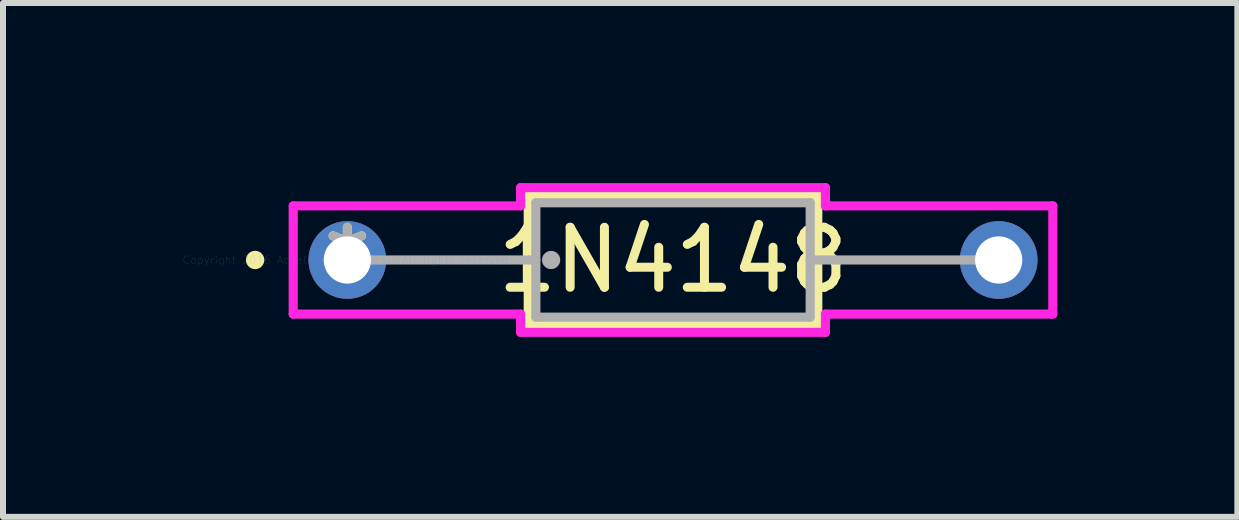
<source format=kicad_pcb>
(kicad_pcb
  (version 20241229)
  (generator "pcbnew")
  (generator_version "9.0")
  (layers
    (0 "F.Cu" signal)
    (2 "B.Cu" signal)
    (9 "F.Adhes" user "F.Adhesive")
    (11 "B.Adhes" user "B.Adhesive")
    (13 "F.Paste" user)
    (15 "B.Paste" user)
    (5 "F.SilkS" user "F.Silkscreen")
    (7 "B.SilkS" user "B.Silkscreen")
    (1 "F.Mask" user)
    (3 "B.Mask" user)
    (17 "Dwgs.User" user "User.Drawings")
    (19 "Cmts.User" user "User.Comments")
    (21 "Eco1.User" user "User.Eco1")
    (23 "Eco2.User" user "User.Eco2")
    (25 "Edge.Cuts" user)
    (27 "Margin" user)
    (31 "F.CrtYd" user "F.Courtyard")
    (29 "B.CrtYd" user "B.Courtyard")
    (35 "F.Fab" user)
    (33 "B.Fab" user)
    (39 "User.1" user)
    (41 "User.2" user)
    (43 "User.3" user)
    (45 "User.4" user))
  (footprint "1N4148"
    (layer "F.Cu")
    (at 2.739 1.283)
    (property "Reference" "1N4148" (at 5.428 0 0) (layer "F.SilkS") (effects (font (size 1 1) (thickness 0.15))))
    (attr through_hole)
    (fp_line (start 3.015 -1.079) (end 3.015 1.079) (stroke (width 0.152) (type solid)) (layer "F.SilkS"))
    (fp_line (start 3.015 1.079) (end 7.841 1.079) (stroke (width 0.152) (type solid)) (layer "F.SilkS"))
    (fp_line (start 7.841 -1.079) (end 3.015 -1.079) (stroke (width 0.152) (type solid)) (layer "F.SilkS"))
    (fp_line (start 7.841 1.079) (end 7.841 -1.079) (stroke (width 0.152) (type solid)) (layer "F.SilkS"))
    (fp_circle (center -1.537 0) (end -1.46 0) (stroke (width 0.152) (type solid)) (fill no) (layer "F.SilkS"))
    (fp_line (start -0.902 -0.902) (end 2.888 -0.902) (stroke (width 0.152) (type solid)) (layer "F.CrtYd"))
    (fp_line (start -0.902 0.902) (end -0.902 -0.902) (stroke (width 0.152) (type solid)) (layer "F.CrtYd"))
    (fp_line (start 2.888 -1.206) (end 7.968 -1.206) (stroke (width 0.152) (type solid)) (layer "F.CrtYd"))
    (fp_line (start 2.888 -0.902) (end 2.888 -1.206) (stroke (width 0.152) (type solid)) (layer "F.CrtYd"))
    (fp_line (start 2.888 0.902) (end -0.902 0.902) (stroke (width 0.152) (type solid)) (layer "F.CrtYd"))
    (fp_line (start 2.888 1.206) (end 2.888 0.902) (stroke (width 0.152) (type solid)) (layer "F.CrtYd"))
    (fp_line (start 7.968 -1.206) (end 7.968 -0.902) (stroke (width 0.152) (type solid)) (layer "F.CrtYd"))
    (fp_line (start 7.968 -0.902) (end 11.758 -0.902) (stroke (width 0.152) (type solid)) (layer "F.CrtYd"))
    (fp_line (start 7.968 0.902) (end 7.968 1.206) (stroke (width 0.152) (type solid)) (layer "F.CrtYd"))
    (fp_line (start 7.968 1.206) (end 2.888 1.206) (stroke (width 0.152) (type solid)) (layer "F.CrtYd"))
    (fp_line (start 11.758 -0.902) (end 11.758 0.902) (stroke (width 0.152) (type solid)) (layer "F.CrtYd"))
    (fp_line (start 11.758 0.902) (end 7.968 0.902) (stroke (width 0.152) (type solid)) (layer "F.CrtYd"))
    (fp_line (start 0 0) (end 3.142 0) (stroke (width 0.152) (type solid)) (layer "F.Fab"))
    (fp_line (start 3.142 -0.953) (end 3.142 0.953) (stroke (width 0.152) (type solid)) (layer "F.Fab"))
    (fp_line (start 3.142 0.953) (end 7.714 0.953) (stroke (width 0.152) (type solid)) (layer "F.Fab"))
    (fp_line (start 7.714 -0.953) (end 3.142 -0.953) (stroke (width 0.152) (type solid)) (layer "F.Fab"))
    (fp_line (start 7.714 0.953) (end 7.714 -0.953) (stroke (width 0.152) (type solid)) (layer "F.Fab"))
    (fp_line (start 10.856 0) (end 7.714 0) (stroke (width 0.152) (type solid)) (layer "F.Fab"))
    (fp_circle (center 3.396 0) (end 3.472 0) (stroke (width 0.152) (type solid)) (fill no) (layer "F.Fab"))
    (fp_text user "*" (at 0 0 0) (layer "F.SilkS") (effects (font (size 1 1) (thickness 0.15))))
    (fp_text user "Copyright 2016 Accelerated Designs. All rights reserved." (at 0 0 0) (layer "Cmts.User") (effects (font (size 0.127 0.127) (thickness 0.002))))
    (fp_text user "*" (at 0 0 0) (layer "F.Fab") (effects (font (size 1 1) (thickness 0.15))))
    (pad "1" thru_hole circle (at 0 0) (size 1.295 1.295) (drill 0.787) (layers "*.Cu" "*.Mask"))
    (pad "2" thru_hole circle (at 10.856 0) (size 1.295 1.295) (drill 0.787) (layers "*.Cu" "*.Mask")))
  (gr_rect
    (start -3 -3)
    (end 17.573 5.565)
    (stroke (width 0.1) (type default))
    (fill no)
    (layer "Edge.Cuts")))
</source>
